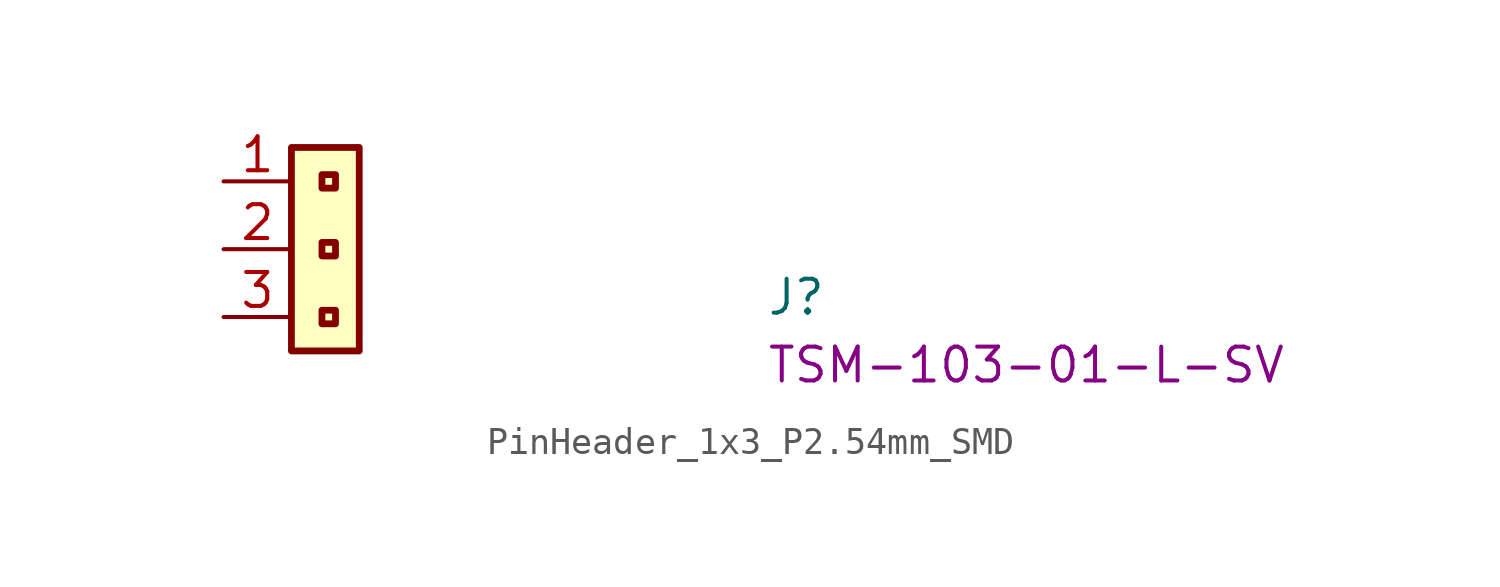
<source format=kicad_sym>
(kicad_symbol_lib
  (version 20220914)
  (generator kicad_symbol_editor)
  (symbol "PinHeader_1x3_P2.54mm_SMD"
    (property "Reference" "J"
      (at 20.32 -5.08 0)
      (effects (font (size 1.27 1.27) (thickness 0.15)) (justify left bottom)))
    (property "MPN" "TSM-103-01-L-SV"
      (at 20.32 -7.62 0)
      (effects (font (size 1.27 1.27) (thickness 0.15)) (justify left bottom)))
    (symbol "PinHeader_1x3_P2.54mm_SMD_1_1"
      (rectangle (start 4.191 -5.334) (end 3.683 -4.826) (stroke (width 0.254) (type default)) (fill (type none)))
      (rectangle (start 4.191 -2.794) (end 3.683 -2.286) (stroke (width 0.254) (type default)) (fill (type none)))
      (rectangle (start 4.191 -0.254) (end 3.683 0.254) (stroke (width 0.254) (type default)) (fill (type none)))
      (rectangle (start 5.08 -6.35) (end 2.54 1.27) (stroke (width 0.254) (type default)) (fill (type background)))
      (pin passive line (at 0 0 0) (length 2.54) (name "~" (effects (font (size 1.27 1.27)))) (number "1" (effects (font (size 1.27 1.27)))))
      (pin passive line (at 0 -2.54 0) (length 2.54) (name "~" (effects (font (size 1.27 1.27)))) (number "2" (effects (font (size 1.27 1.27)))))
      (pin passive line (at 0 -5.08 0) (length 2.54) (name "~" (effects (font (size 1.27 1.27)))) (number "3" (effects (font (size 1.27 1.27))))))))
</source>
